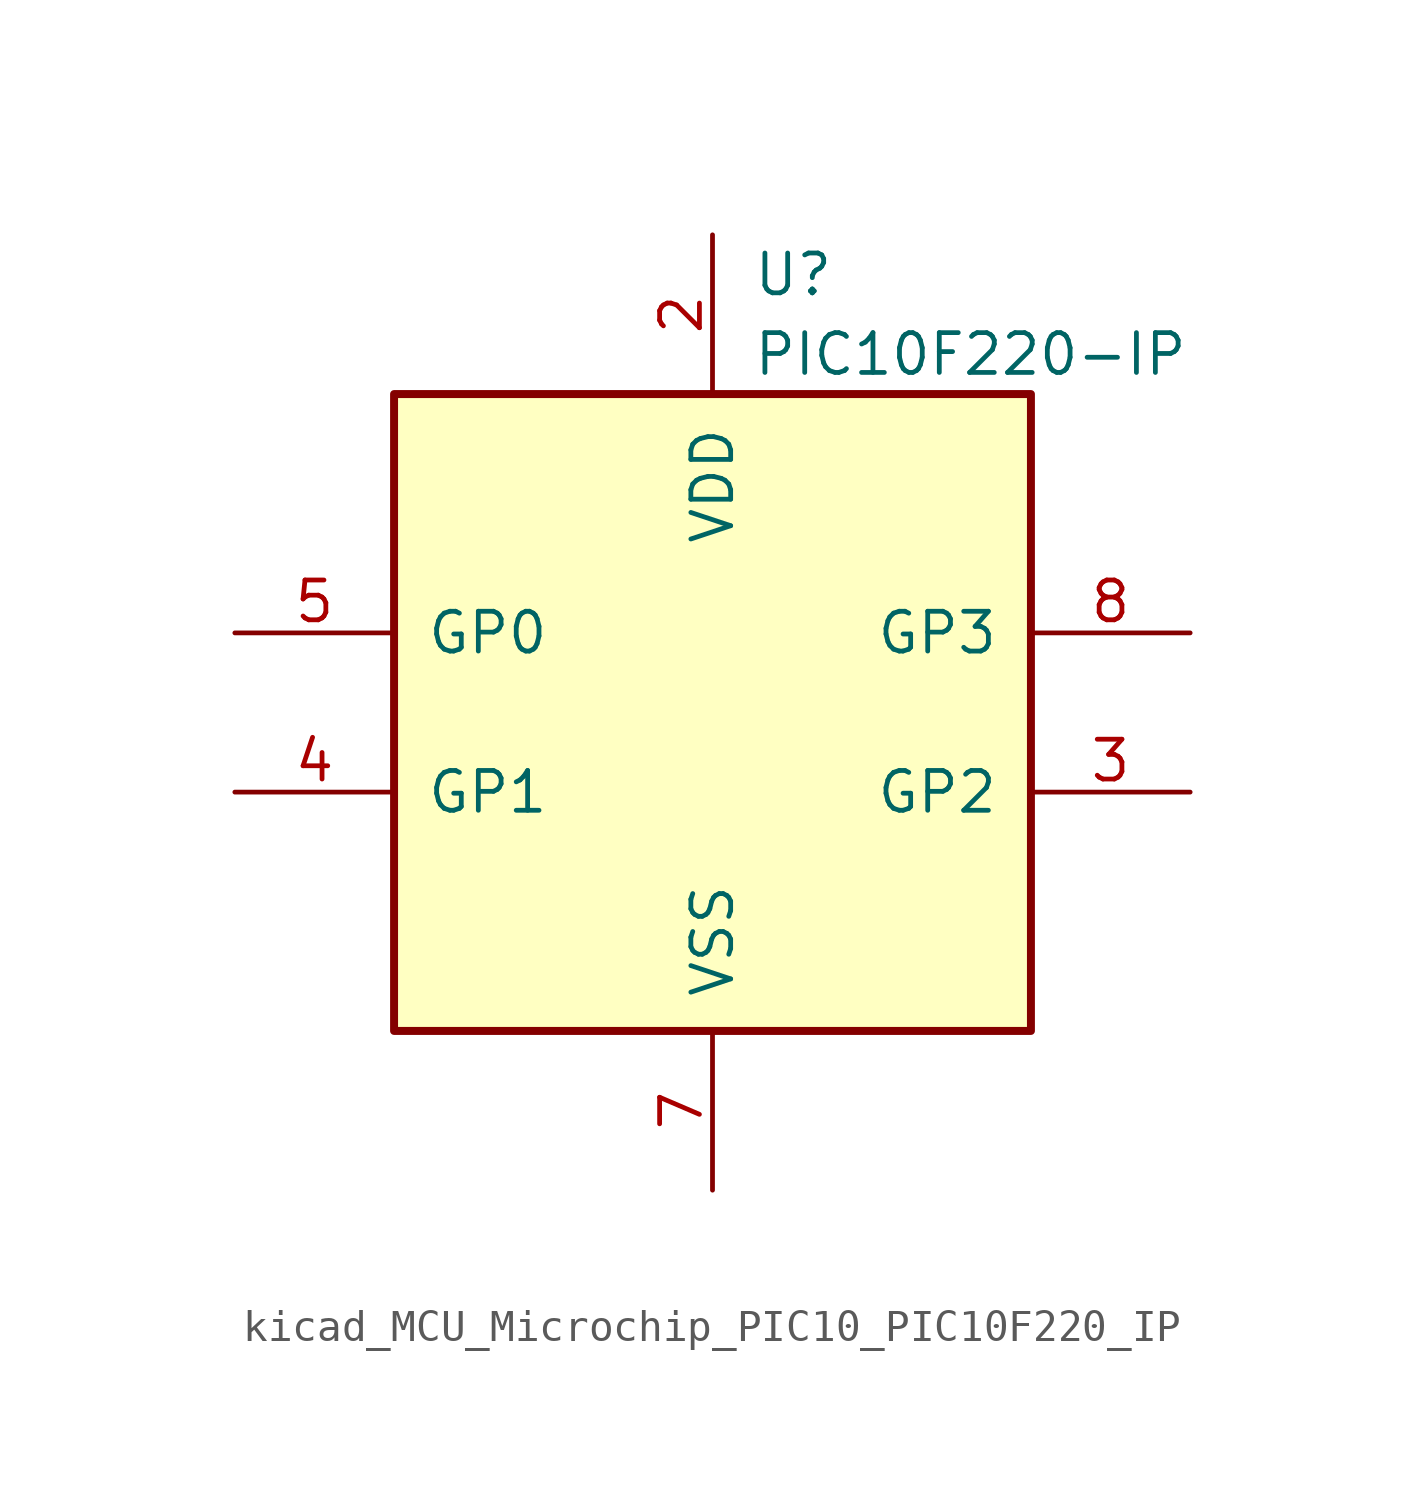
<source format=kicad_sym>
(kicad_symbol_lib
  (version 20220914)
  (generator kicad_symbol_editor)
  (symbol "kicad_MCU_Microchip_PIC10_PIC10F220_IP"
    (pin_names
      (offset 1.016))
    (property "Reference" "U"
      (at 1.27 13.97 0)
      (effects (font (size 1.27 1.27)) (justify left)))
    (property "Value" "PIC10F220-IP"
      (at 1.27 11.43 0)
      (effects (font (size 1.27 1.27)) (justify left)))
    (symbol "kicad_MCU_Microchip_PIC10_PIC10F220_IP_0_1"
      (rectangle (start -10.16 10.16) (end 10.16 -10.16) (stroke (width 0.254) (type default)) (fill (type background))))
    (symbol "kicad_MCU_Microchip_PIC10_PIC10F220_IP_1_1"
      (pin power_in line (at 0 15.24 270) (length 5.08) (name "VDD" (effects (font (size 1.27 1.27)))) (number "2" (effects (font (size 1.27 1.27)))))
      (pin bidirectional line (at 15.24 -2.54 180) (length 5.08) (name "GP2" (effects (font (size 1.27 1.27)))) (number "3" (effects (font (size 1.27 1.27)))))
      (pin bidirectional line (at -15.24 -2.54 0) (length 5.08) (name "GP1" (effects (font (size 1.27 1.27)))) (number "4" (effects (font (size 1.27 1.27)))))
      (pin bidirectional line (at -15.24 2.54 0) (length 5.08) (name "GP0" (effects (font (size 1.27 1.27)))) (number "5" (effects (font (size 1.27 1.27)))))
      (pin power_in line (at 0 -15.24 90) (length 5.08) (name "VSS" (effects (font (size 1.27 1.27)))) (number "7" (effects (font (size 1.27 1.27)))))
      (pin input line (at 15.24 2.54 180) (length 5.08) (name "GP3" (effects (font (size 1.27 1.27)))) (number "8" (effects (font (size 1.27 1.27))))))))
</source>
